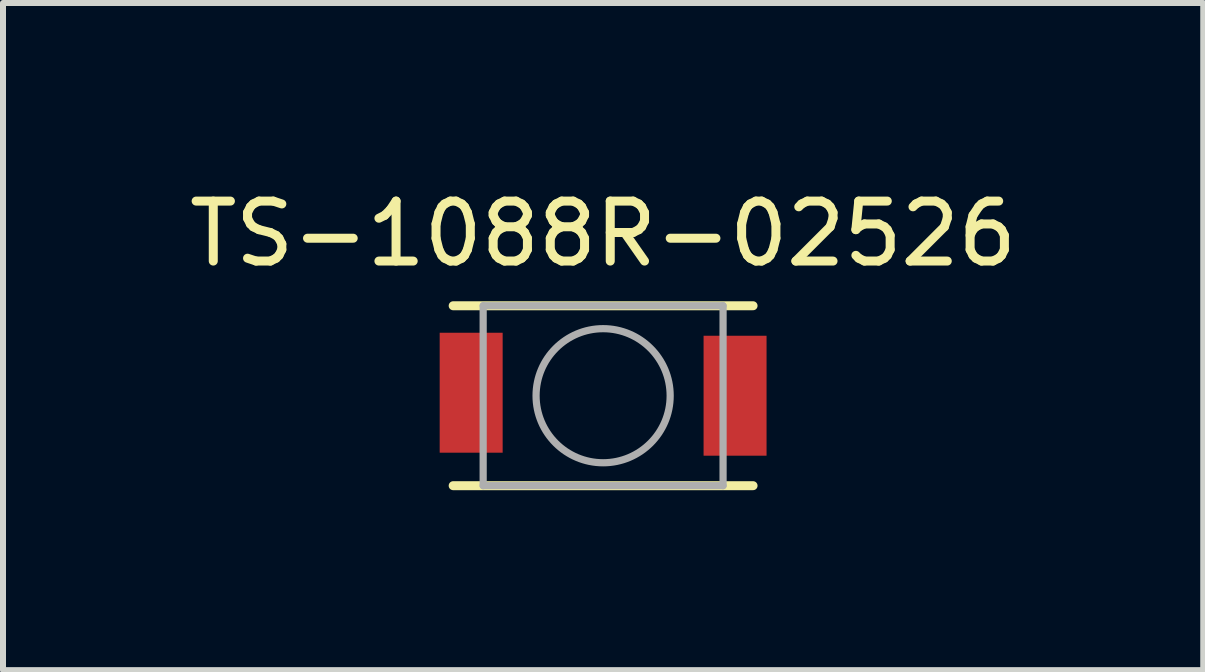
<source format=kicad_pcb>
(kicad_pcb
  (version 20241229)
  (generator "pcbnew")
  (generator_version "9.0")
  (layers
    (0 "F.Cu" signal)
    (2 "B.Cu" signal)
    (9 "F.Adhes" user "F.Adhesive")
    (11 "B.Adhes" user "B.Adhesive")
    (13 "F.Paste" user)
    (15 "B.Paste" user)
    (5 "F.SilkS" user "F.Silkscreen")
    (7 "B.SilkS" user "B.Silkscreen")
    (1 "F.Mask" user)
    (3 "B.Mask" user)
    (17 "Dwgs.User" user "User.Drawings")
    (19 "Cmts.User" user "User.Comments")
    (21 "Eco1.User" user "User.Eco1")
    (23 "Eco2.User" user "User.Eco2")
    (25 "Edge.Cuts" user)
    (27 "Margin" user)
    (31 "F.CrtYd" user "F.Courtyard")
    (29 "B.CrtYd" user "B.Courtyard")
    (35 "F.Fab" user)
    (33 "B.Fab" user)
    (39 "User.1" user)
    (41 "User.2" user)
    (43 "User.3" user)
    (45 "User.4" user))
  (footprint "TS-1088R-02526"
    (layer "F.Cu")
    (at 7.006 3.548)
    (property "Reference" "TS-1088R-02526" (at 0 -2.7 0) (layer "F.SilkS") (effects (font (size 1 1) (thickness 0.15))))
    (attr smd)
    (fp_line (start -2.5 -1.5) (end 2.5 -1.5) (stroke (width 0.15) (type solid)) (layer "F.SilkS"))
    (fp_line (start 2.5 1.5) (end -2.5 1.5) (stroke (width 0.15) (type solid)) (layer "F.SilkS"))
    (fp_line (start -2 -1.5) (end 2 -1.5) (stroke (width 0.12) (type solid)) (layer "F.Fab"))
    (fp_line (start -2 1.5) (end -2 -1.5) (stroke (width 0.12) (type solid)) (layer "F.Fab"))
    (fp_line (start 2 -1.5) (end 2 1.5) (stroke (width 0.12) (type solid)) (layer "F.Fab"))
    (fp_line (start 2 1.5) (end -2 1.5) (stroke (width 0.12) (type solid)) (layer "F.Fab"))
    (fp_circle (center 0 0) (end 0.5 -1) (stroke (width 0.12) (type solid)) (fill no) (layer "F.Fab"))
    (pad "1" smd rect (at -2.2 -0.05) (size 1.05 2) (layers "F.Cu" "F.Mask" "F.Paste"))
    (pad "2" smd rect (at 2.2 0) (size 1.05 2) (layers "F.Cu" "F.Mask" "F.Paste")))
  (gr_rect
    (start -3 -3)
    (end 17.012 8.123)
    (stroke (width 0.1) (type default))
    (fill no)
    (layer "Edge.Cuts")))
</source>
